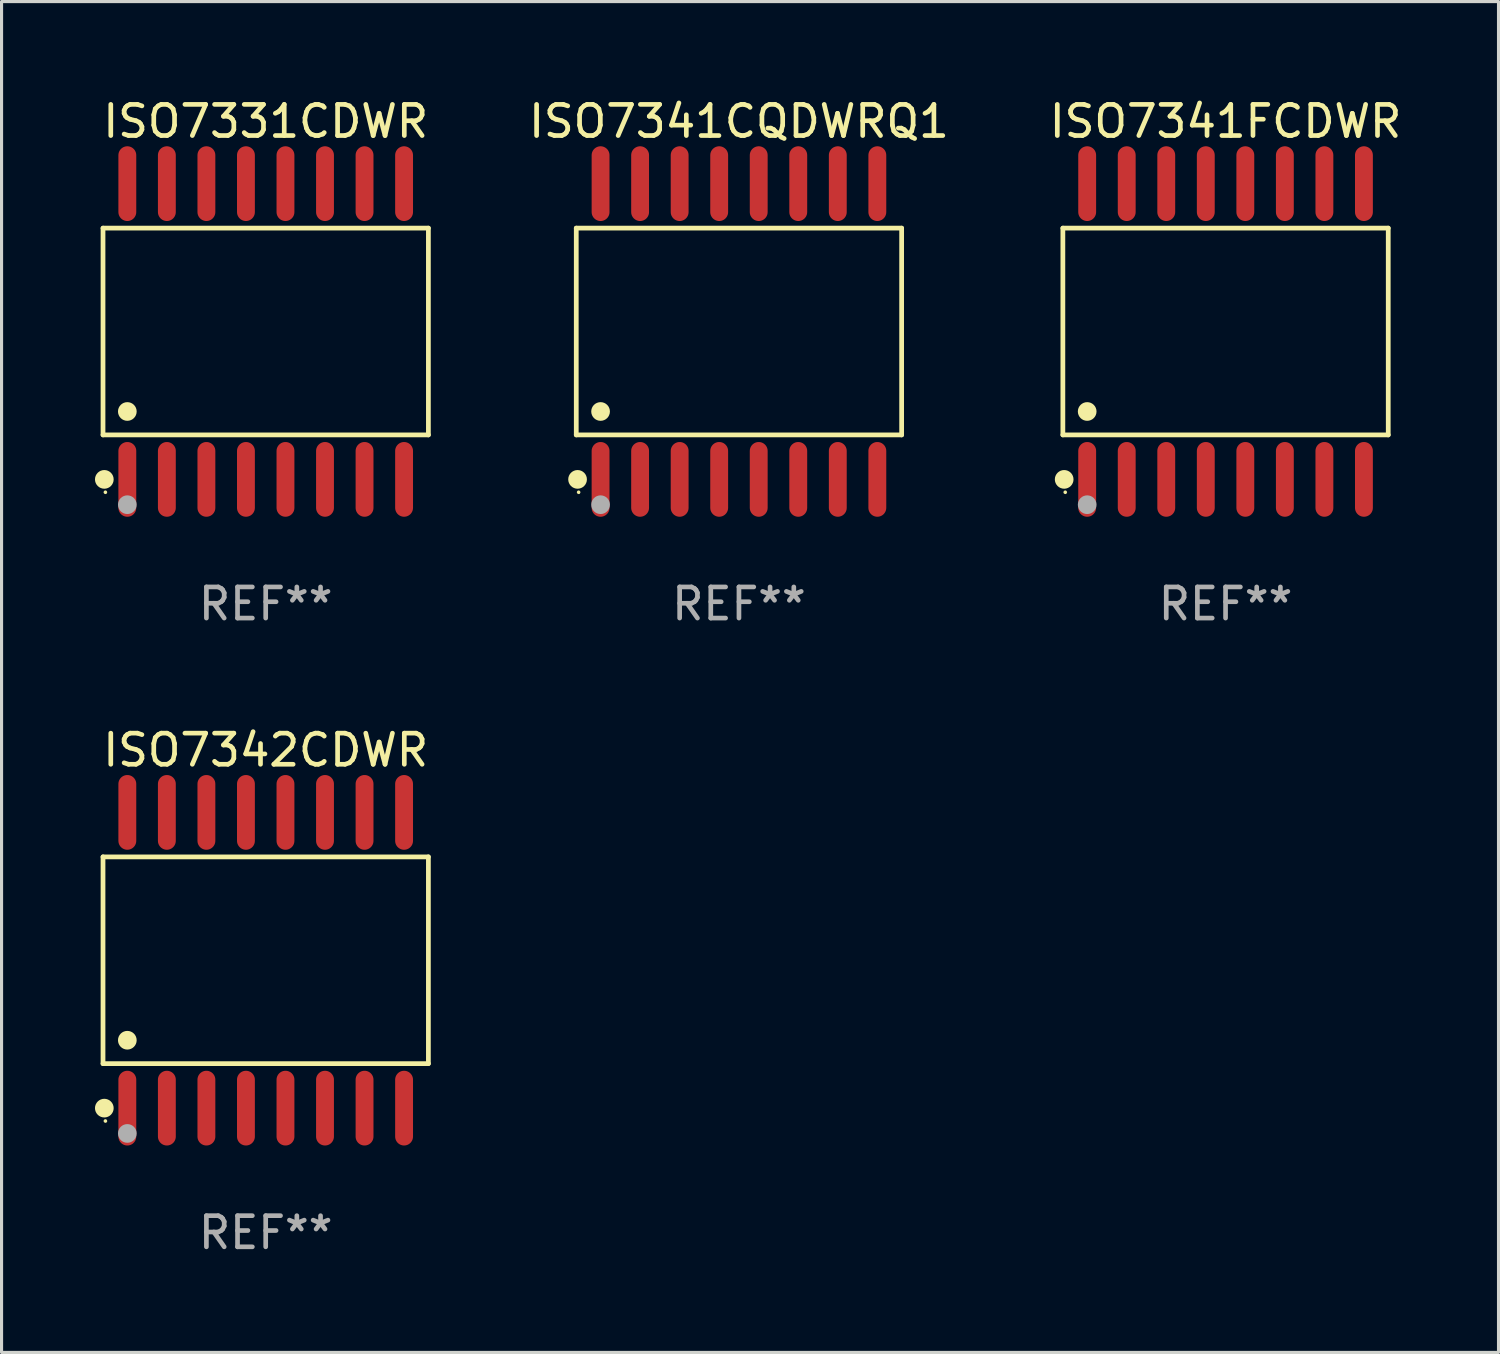
<source format=kicad_pcb>
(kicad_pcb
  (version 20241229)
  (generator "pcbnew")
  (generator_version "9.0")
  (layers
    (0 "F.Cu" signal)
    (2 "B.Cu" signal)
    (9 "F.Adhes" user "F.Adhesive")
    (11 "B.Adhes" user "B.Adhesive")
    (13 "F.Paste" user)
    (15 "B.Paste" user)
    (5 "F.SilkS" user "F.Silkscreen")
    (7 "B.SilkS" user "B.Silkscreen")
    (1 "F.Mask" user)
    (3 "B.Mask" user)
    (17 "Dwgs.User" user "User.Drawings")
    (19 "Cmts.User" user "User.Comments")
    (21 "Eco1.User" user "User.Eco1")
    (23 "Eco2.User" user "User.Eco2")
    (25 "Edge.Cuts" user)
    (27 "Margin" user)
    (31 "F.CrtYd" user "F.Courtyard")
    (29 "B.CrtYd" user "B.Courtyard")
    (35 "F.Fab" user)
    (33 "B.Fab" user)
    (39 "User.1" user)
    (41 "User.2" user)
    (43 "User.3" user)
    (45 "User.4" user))
  (footprint "ISO7331CDWR"
    (layer "F.Cu")
    (at 5.485 7.599)
    (property "Reference" "ISO7331CDWR" (at 0 -6.75 0) (layer "F.SilkS") (effects (font (size 1 1) (thickness 0.15))))
    (attr through_hole)
    (fp_line (start -5.226 -3.321) (end 5.226 -3.321) (stroke (width 0.152) (type solid)) (layer "F.SilkS"))
    (fp_line (start -5.226 3.321) (end -5.226 -3.321) (stroke (width 0.152) (type solid)) (layer "F.SilkS"))
    (fp_line (start 5.226 -3.321) (end 5.226 3.321) (stroke (width 0.152) (type solid)) (layer "F.SilkS"))
    (fp_line (start 5.226 3.321) (end -5.226 3.321) (stroke (width 0.152) (type solid)) (layer "F.SilkS"))
    (fp_circle (center -5.184 4.75) (end -5.034 4.75) (stroke (width 0.3) (type solid)) (fill no) (layer "F.SilkS"))
    (fp_circle (center -5.15 5.163) (end -5.12 5.163) (stroke (width 0.06) (type solid)) (fill no) (layer "F.SilkS"))
    (fp_circle (center -4.445 2.569) (end -4.295 2.569) (stroke (width 0.3) (type solid)) (fill no) (layer "F.SilkS"))
    (fp_circle (center -4.445 5.563) (end -4.295 5.563) (stroke (width 0.3) (type solid)) (fill no) (layer "F.Fab"))
    (fp_text user "REF**" (at 0 8.75 0) (layer "F.Fab") (effects (font (size 1 1) (thickness 0.15))))
    (pad "1" smd oval (at -4.445 4.75) (size 0.574 2.401) (layers "F.Cu" "F.Mask" "F.Paste"))
    (pad "2" smd oval (at -3.175 4.75) (size 0.574 2.401) (layers "F.Cu" "F.Mask" "F.Paste"))
    (pad "3" smd oval (at -1.905 4.75) (size 0.574 2.401) (layers "F.Cu" "F.Mask" "F.Paste"))
    (pad "4" smd oval (at -0.635 4.75) (size 0.574 2.401) (layers "F.Cu" "F.Mask" "F.Paste"))
    (pad "5" smd oval (at 0.635 4.75) (size 0.574 2.401) (layers "F.Cu" "F.Mask" "F.Paste"))
    (pad "6" smd oval (at 1.905 4.75) (size 0.574 2.401) (layers "F.Cu" "F.Mask" "F.Paste"))
    (pad "7" smd oval (at 3.175 4.75) (size 0.574 2.401) (layers "F.Cu" "F.Mask" "F.Paste"))
    (pad "8" smd oval (at 4.445 4.75) (size 0.574 2.401) (layers "F.Cu" "F.Mask" "F.Paste"))
    (pad "9" smd oval (at 4.445 -4.75) (size 0.574 2.401) (layers "F.Cu" "F.Mask" "F.Paste"))
    (pad "10" smd oval (at 3.175 -4.75) (size 0.574 2.401) (layers "F.Cu" "F.Mask" "F.Paste"))
    (pad "11" smd oval (at 1.905 -4.75) (size 0.574 2.401) (layers "F.Cu" "F.Mask" "F.Paste"))
    (pad "12" smd oval (at 0.635 -4.75) (size 0.574 2.401) (layers "F.Cu" "F.Mask" "F.Paste"))
    (pad "13" smd oval (at -0.635 -4.75) (size 0.574 2.401) (layers "F.Cu" "F.Mask" "F.Paste"))
    (pad "14" smd oval (at -1.905 -4.75) (size 0.574 2.401) (layers "F.Cu" "F.Mask" "F.Paste"))
    (pad "15" smd oval (at -3.175 -4.75) (size 0.574 2.401) (layers "F.Cu" "F.Mask" "F.Paste"))
    (pad "16" smd oval (at -4.445 -4.75) (size 0.574 2.401) (layers "F.Cu" "F.Mask" "F.Paste")))
  (footprint "ISO7341CQDWRQ1"
    (layer "F.Cu")
    (at 20.687 7.599)
    (property "Reference" "ISO7341CQDWRQ1" (at 0 -6.75 0) (layer "F.SilkS") (effects (font (size 1 1) (thickness 0.15))))
    (attr through_hole)
    (fp_line (start -5.226 -3.321) (end 5.226 -3.321) (stroke (width 0.152) (type solid)) (layer "F.SilkS"))
    (fp_line (start -5.226 3.321) (end -5.226 -3.321) (stroke (width 0.152) (type solid)) (layer "F.SilkS"))
    (fp_line (start 5.226 -3.321) (end 5.226 3.321) (stroke (width 0.152) (type solid)) (layer "F.SilkS"))
    (fp_line (start 5.226 3.321) (end -5.226 3.321) (stroke (width 0.152) (type solid)) (layer "F.SilkS"))
    (fp_circle (center -5.184 4.75) (end -5.034 4.75) (stroke (width 0.3) (type solid)) (fill no) (layer "F.SilkS"))
    (fp_circle (center -5.15 5.163) (end -5.12 5.163) (stroke (width 0.06) (type solid)) (fill no) (layer "F.SilkS"))
    (fp_circle (center -4.445 2.569) (end -4.295 2.569) (stroke (width 0.3) (type solid)) (fill no) (layer "F.SilkS"))
    (fp_circle (center -4.445 5.563) (end -4.295 5.563) (stroke (width 0.3) (type solid)) (fill no) (layer "F.Fab"))
    (fp_text user "REF**" (at 0 8.75 0) (layer "F.Fab") (effects (font (size 1 1) (thickness 0.15))))
    (pad "1" smd oval (at -4.445 4.75) (size 0.574 2.401) (layers "F.Cu" "F.Mask" "F.Paste"))
    (pad "2" smd oval (at -3.175 4.75) (size 0.574 2.401) (layers "F.Cu" "F.Mask" "F.Paste"))
    (pad "3" smd oval (at -1.905 4.75) (size 0.574 2.401) (layers "F.Cu" "F.Mask" "F.Paste"))
    (pad "4" smd oval (at -0.635 4.75) (size 0.574 2.401) (layers "F.Cu" "F.Mask" "F.Paste"))
    (pad "5" smd oval (at 0.635 4.75) (size 0.574 2.401) (layers "F.Cu" "F.Mask" "F.Paste"))
    (pad "6" smd oval (at 1.905 4.75) (size 0.574 2.401) (layers "F.Cu" "F.Mask" "F.Paste"))
    (pad "7" smd oval (at 3.175 4.75) (size 0.574 2.401) (layers "F.Cu" "F.Mask" "F.Paste"))
    (pad "8" smd oval (at 4.445 4.75) (size 0.574 2.401) (layers "F.Cu" "F.Mask" "F.Paste"))
    (pad "9" smd oval (at 4.445 -4.75) (size 0.574 2.401) (layers "F.Cu" "F.Mask" "F.Paste"))
    (pad "10" smd oval (at 3.175 -4.75) (size 0.574 2.401) (layers "F.Cu" "F.Mask" "F.Paste"))
    (pad "11" smd oval (at 1.905 -4.75) (size 0.574 2.401) (layers "F.Cu" "F.Mask" "F.Paste"))
    (pad "12" smd oval (at 0.635 -4.75) (size 0.574 2.401) (layers "F.Cu" "F.Mask" "F.Paste"))
    (pad "13" smd oval (at -0.635 -4.75) (size 0.574 2.401) (layers "F.Cu" "F.Mask" "F.Paste"))
    (pad "14" smd oval (at -1.905 -4.75) (size 0.574 2.401) (layers "F.Cu" "F.Mask" "F.Paste"))
    (pad "15" smd oval (at -3.175 -4.75) (size 0.574 2.401) (layers "F.Cu" "F.Mask" "F.Paste"))
    (pad "16" smd oval (at -4.445 -4.75) (size 0.574 2.401) (layers "F.Cu" "F.Mask" "F.Paste")))
  (footprint "ISO7341FCDWR"
    (layer "F.Cu")
    (at 36.318 7.599)
    (property "Reference" "ISO7341FCDWR" (at 0 -6.75 0) (layer "F.SilkS") (effects (font (size 1 1) (thickness 0.15))))
    (attr through_hole)
    (fp_line (start -5.226 -3.321) (end 5.226 -3.321) (stroke (width 0.152) (type solid)) (layer "F.SilkS"))
    (fp_line (start -5.226 3.321) (end -5.226 -3.321) (stroke (width 0.152) (type solid)) (layer "F.SilkS"))
    (fp_line (start 5.226 -3.321) (end 5.226 3.321) (stroke (width 0.152) (type solid)) (layer "F.SilkS"))
    (fp_line (start 5.226 3.321) (end -5.226 3.321) (stroke (width 0.152) (type solid)) (layer "F.SilkS"))
    (fp_circle (center -5.184 4.75) (end -5.034 4.75) (stroke (width 0.3) (type solid)) (fill no) (layer "F.SilkS"))
    (fp_circle (center -5.15 5.163) (end -5.12 5.163) (stroke (width 0.06) (type solid)) (fill no) (layer "F.SilkS"))
    (fp_circle (center -4.445 2.569) (end -4.295 2.569) (stroke (width 0.3) (type solid)) (fill no) (layer "F.SilkS"))
    (fp_circle (center -4.445 5.563) (end -4.295 5.563) (stroke (width 0.3) (type solid)) (fill no) (layer "F.Fab"))
    (fp_text user "REF**" (at 0 8.75 0) (layer "F.Fab") (effects (font (size 1 1) (thickness 0.15))))
    (pad "1" smd oval (at -4.445 4.75) (size 0.574 2.401) (layers "F.Cu" "F.Mask" "F.Paste"))
    (pad "2" smd oval (at -3.175 4.75) (size 0.574 2.401) (layers "F.Cu" "F.Mask" "F.Paste"))
    (pad "3" smd oval (at -1.905 4.75) (size 0.574 2.401) (layers "F.Cu" "F.Mask" "F.Paste"))
    (pad "4" smd oval (at -0.635 4.75) (size 0.574 2.401) (layers "F.Cu" "F.Mask" "F.Paste"))
    (pad "5" smd oval (at 0.635 4.75) (size 0.574 2.401) (layers "F.Cu" "F.Mask" "F.Paste"))
    (pad "6" smd oval (at 1.905 4.75) (size 0.574 2.401) (layers "F.Cu" "F.Mask" "F.Paste"))
    (pad "7" smd oval (at 3.175 4.75) (size 0.574 2.401) (layers "F.Cu" "F.Mask" "F.Paste"))
    (pad "8" smd oval (at 4.445 4.75) (size 0.574 2.401) (layers "F.Cu" "F.Mask" "F.Paste"))
    (pad "9" smd oval (at 4.445 -4.75) (size 0.574 2.401) (layers "F.Cu" "F.Mask" "F.Paste"))
    (pad "10" smd oval (at 3.175 -4.75) (size 0.574 2.401) (layers "F.Cu" "F.Mask" "F.Paste"))
    (pad "11" smd oval (at 1.905 -4.75) (size 0.574 2.401) (layers "F.Cu" "F.Mask" "F.Paste"))
    (pad "12" smd oval (at 0.635 -4.75) (size 0.574 2.401) (layers "F.Cu" "F.Mask" "F.Paste"))
    (pad "13" smd oval (at -0.635 -4.75) (size 0.574 2.401) (layers "F.Cu" "F.Mask" "F.Paste"))
    (pad "14" smd oval (at -1.905 -4.75) (size 0.574 2.401) (layers "F.Cu" "F.Mask" "F.Paste"))
    (pad "15" smd oval (at -3.175 -4.75) (size 0.574 2.401) (layers "F.Cu" "F.Mask" "F.Paste"))
    (pad "16" smd oval (at -4.445 -4.75) (size 0.574 2.401) (layers "F.Cu" "F.Mask" "F.Paste")))
  (footprint "ISO7342CDWR"
    (layer "F.Cu")
    (at 5.485 27.796)
    (property "Reference" "ISO7342CDWR" (at 0 -6.75 0) (layer "F.SilkS") (effects (font (size 1 1) (thickness 0.15))))
    (attr through_hole)
    (fp_line (start -5.226 -3.321) (end 5.226 -3.321) (stroke (width 0.152) (type solid)) (layer "F.SilkS"))
    (fp_line (start -5.226 3.321) (end -5.226 -3.321) (stroke (width 0.152) (type solid)) (layer "F.SilkS"))
    (fp_line (start 5.226 -3.321) (end 5.226 3.321) (stroke (width 0.152) (type solid)) (layer "F.SilkS"))
    (fp_line (start 5.226 3.321) (end -5.226 3.321) (stroke (width 0.152) (type solid)) (layer "F.SilkS"))
    (fp_circle (center -5.184 4.75) (end -5.034 4.75) (stroke (width 0.3) (type solid)) (fill no) (layer "F.SilkS"))
    (fp_circle (center -5.15 5.163) (end -5.12 5.163) (stroke (width 0.06) (type solid)) (fill no) (layer "F.SilkS"))
    (fp_circle (center -4.445 2.569) (end -4.295 2.569) (stroke (width 0.3) (type solid)) (fill no) (layer "F.SilkS"))
    (fp_circle (center -4.445 5.563) (end -4.295 5.563) (stroke (width 0.3) (type solid)) (fill no) (layer "F.Fab"))
    (fp_text user "REF**" (at 0 8.75 0) (layer "F.Fab") (effects (font (size 1 1) (thickness 0.15))))
    (pad "1" smd oval (at -4.445 4.75) (size 0.574 2.401) (layers "F.Cu" "F.Mask" "F.Paste"))
    (pad "2" smd oval (at -3.175 4.75) (size 0.574 2.401) (layers "F.Cu" "F.Mask" "F.Paste"))
    (pad "3" smd oval (at -1.905 4.75) (size 0.574 2.401) (layers "F.Cu" "F.Mask" "F.Paste"))
    (pad "4" smd oval (at -0.635 4.75) (size 0.574 2.401) (layers "F.Cu" "F.Mask" "F.Paste"))
    (pad "5" smd oval (at 0.635 4.75) (size 0.574 2.401) (layers "F.Cu" "F.Mask" "F.Paste"))
    (pad "6" smd oval (at 1.905 4.75) (size 0.574 2.401) (layers "F.Cu" "F.Mask" "F.Paste"))
    (pad "7" smd oval (at 3.175 4.75) (size 0.574 2.401) (layers "F.Cu" "F.Mask" "F.Paste"))
    (pad "8" smd oval (at 4.445 4.75) (size 0.574 2.401) (layers "F.Cu" "F.Mask" "F.Paste"))
    (pad "9" smd oval (at 4.445 -4.75) (size 0.574 2.401) (layers "F.Cu" "F.Mask" "F.Paste"))
    (pad "10" smd oval (at 3.175 -4.75) (size 0.574 2.401) (layers "F.Cu" "F.Mask" "F.Paste"))
    (pad "11" smd oval (at 1.905 -4.75) (size 0.574 2.401) (layers "F.Cu" "F.Mask" "F.Paste"))
    (pad "12" smd oval (at 0.635 -4.75) (size 0.574 2.401) (layers "F.Cu" "F.Mask" "F.Paste"))
    (pad "13" smd oval (at -0.635 -4.75) (size 0.574 2.401) (layers "F.Cu" "F.Mask" "F.Paste"))
    (pad "14" smd oval (at -1.905 -4.75) (size 0.574 2.401) (layers "F.Cu" "F.Mask" "F.Paste"))
    (pad "15" smd oval (at -3.175 -4.75) (size 0.574 2.401) (layers "F.Cu" "F.Mask" "F.Paste"))
    (pad "16" smd oval (at -4.445 -4.75) (size 0.574 2.401) (layers "F.Cu" "F.Mask" "F.Paste")))
  (gr_rect
    (start -3 -3)
    (end 45.086 40.394)
    (stroke (width 0.1) (type default))
    (fill no)
    (layer "Edge.Cuts")))
</source>
